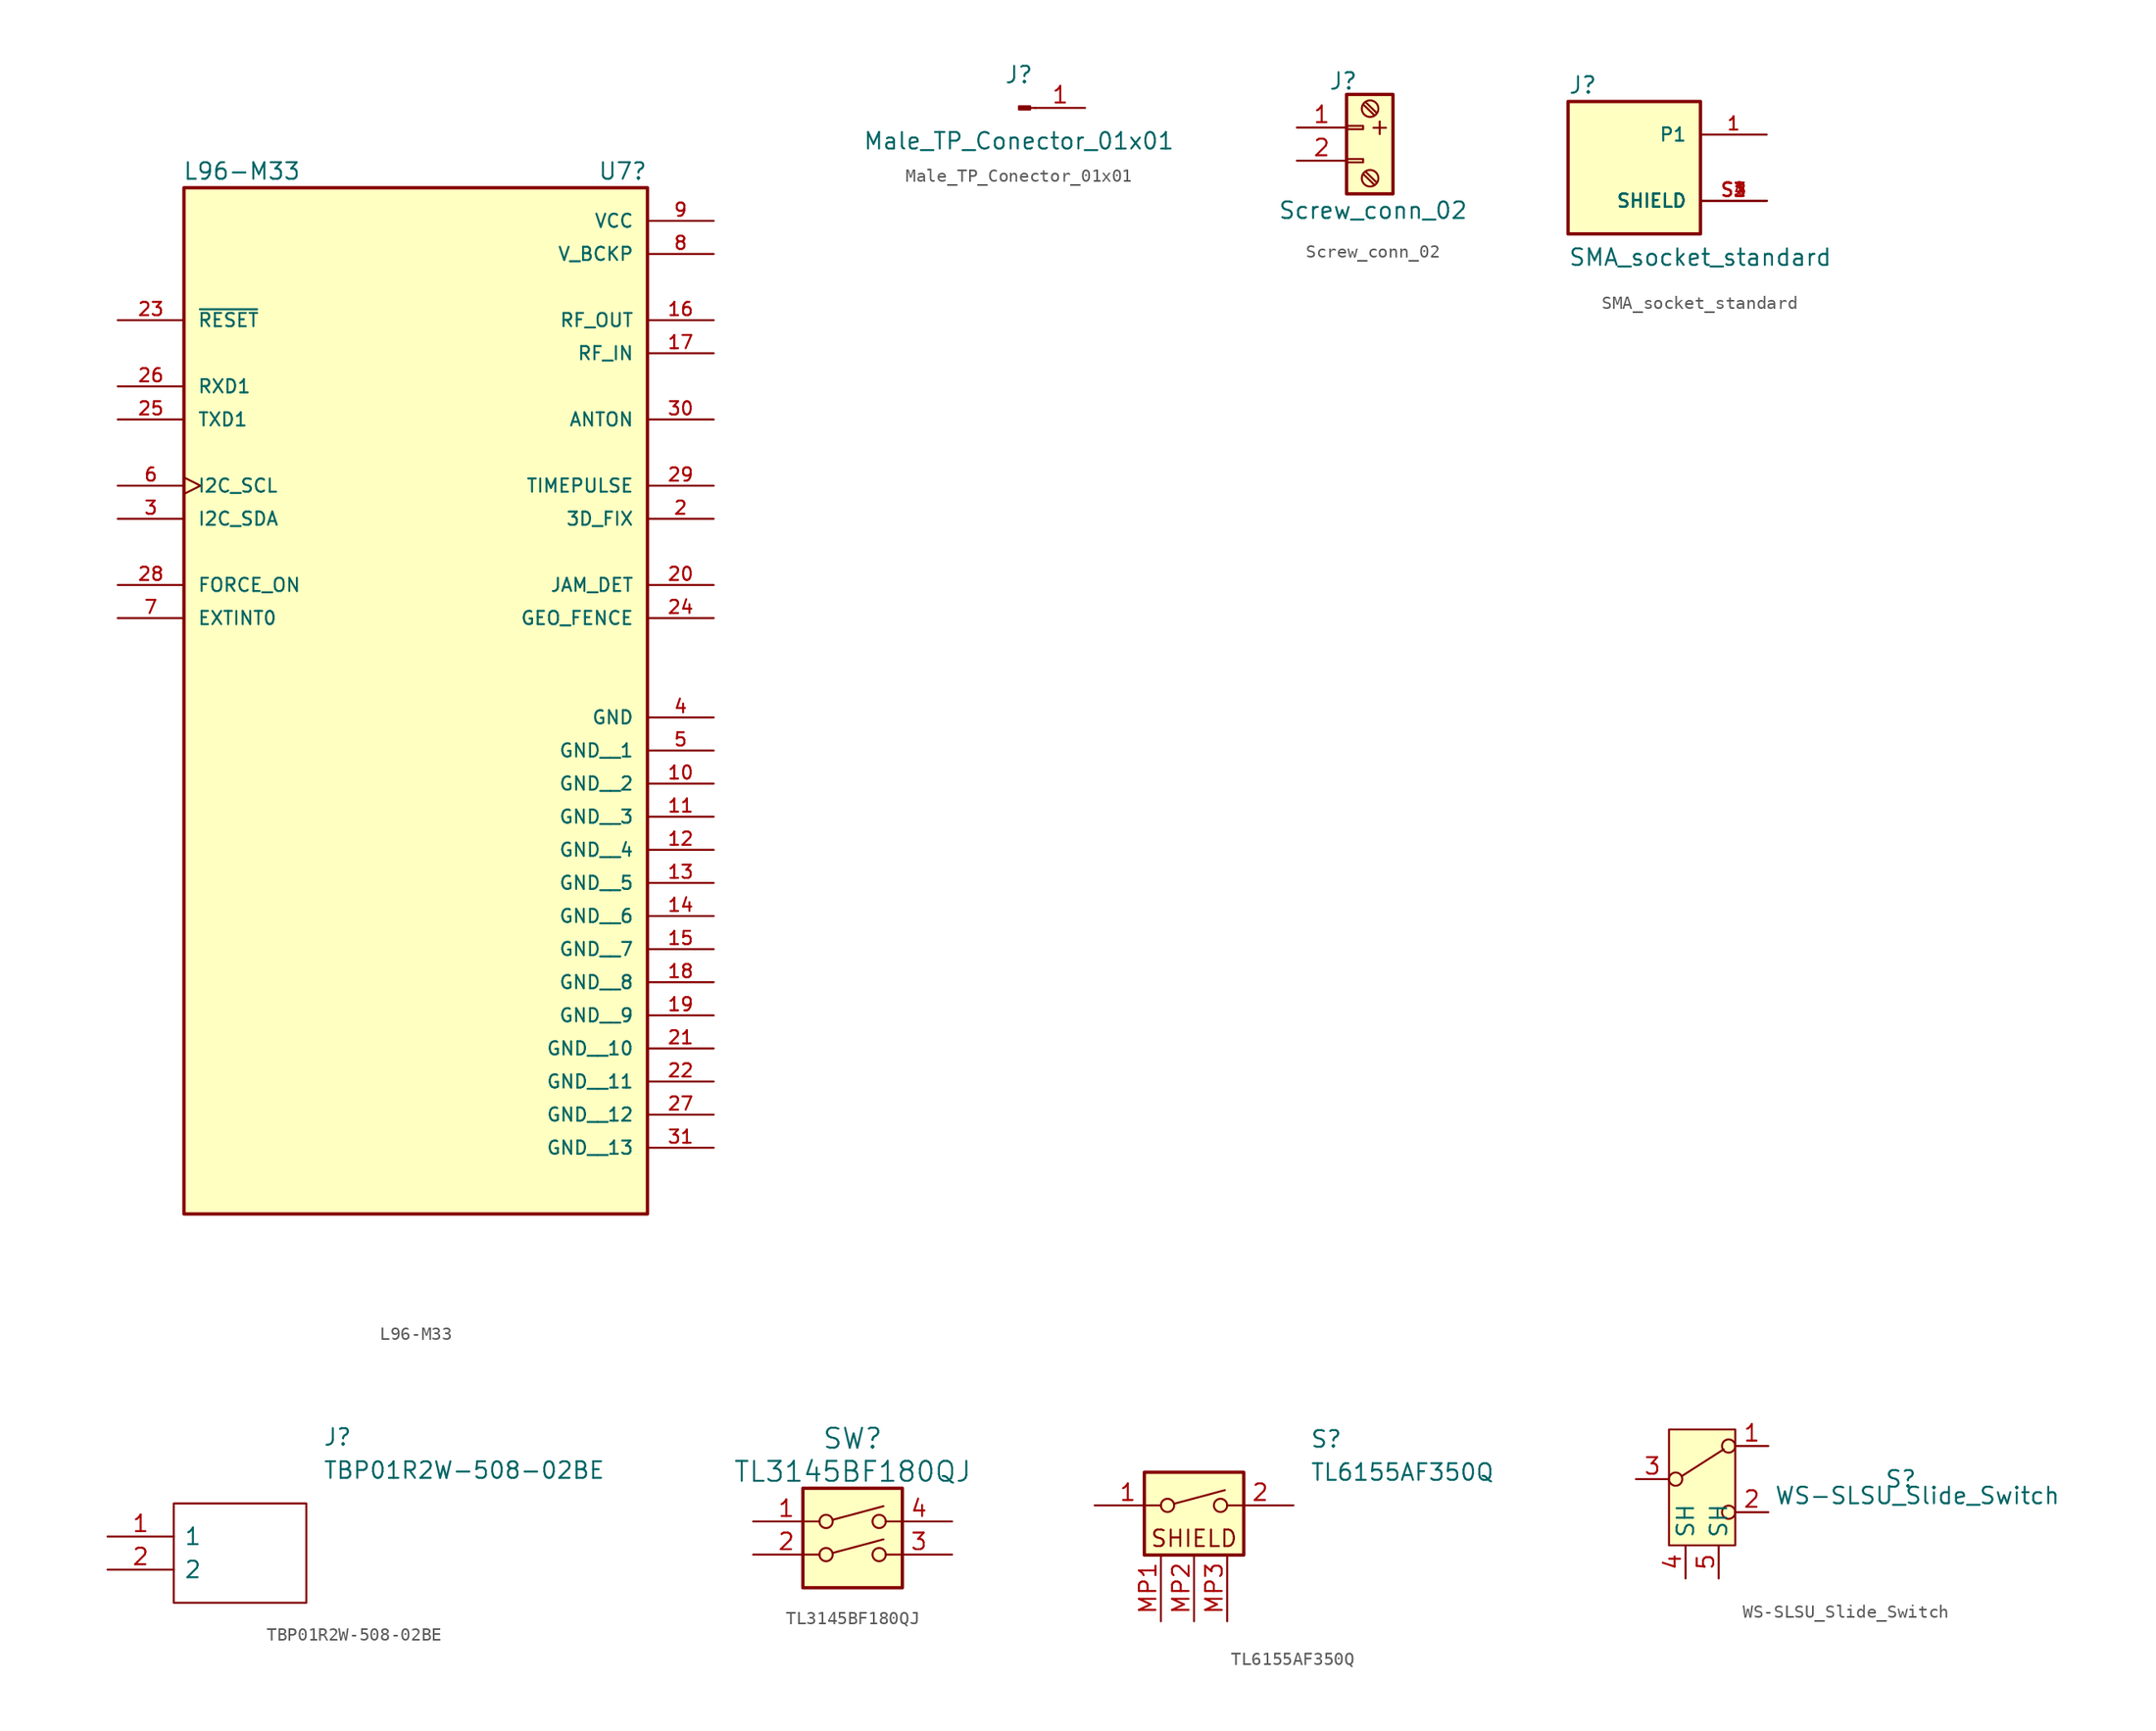
<source format=kicad_sym>
(kicad_symbol_lib
  (version 20211014)
  (generator kicad_symbol_editor)
  (symbol "L96-M33"
    (pin_names
      (offset 1.016))
    (property "Reference" "U7"
      (at 15.875 24.13 0)
      (effects (font (size 1.27 1.27))))
    (property "Value" "L96-M33"
      (at -13.335 24.13 0)
      (effects (font (size 1.27 1.27))))
    (property "ki_locked" ""
      (at 0 0 0)
      (effects (font (size 1.27 1.27))))
    (symbol "L96-M33_0_0"
      (rectangle (start -17.78 -55.88) (end 17.78 22.86) (stroke (width 0.254) (type default) (color 0 0 0 0)) (fill (type background)))
      (pin no_connect line (at 22.86 -53.34 180) (length 5.08) hide (name "" (effects (font (size 1.016 1.016)))) (number "1" (effects (font (size 1.016 1.016)))))
      (pin power_in line (at 22.86 -22.86 180) (length 5.08) (name "GND__2" (effects (font (size 1.016 1.016)))) (number "10" (effects (font (size 1.016 1.016)))))
      (pin power_in line (at 22.86 -25.4 180) (length 5.08) (name "GND__3" (effects (font (size 1.016 1.016)))) (number "11" (effects (font (size 1.016 1.016)))))
      (pin power_in line (at 22.86 -27.94 180) (length 5.08) (name "GND__4" (effects (font (size 1.016 1.016)))) (number "12" (effects (font (size 1.016 1.016)))))
      (pin power_in line (at 22.86 -30.48 180) (length 5.08) (name "GND__5" (effects (font (size 1.016 1.016)))) (number "13" (effects (font (size 1.016 1.016)))))
      (pin power_in line (at 22.86 -33.02 180) (length 5.08) (name "GND__6" (effects (font (size 1.016 1.016)))) (number "14" (effects (font (size 1.016 1.016)))))
      (pin power_in line (at 22.86 -35.56 180) (length 5.08) (name "GND__7" (effects (font (size 1.016 1.016)))) (number "15" (effects (font (size 1.016 1.016)))))
      (pin output line (at 22.86 12.7 180) (length 5.08) (name "RF_OUT" (effects (font (size 1.016 1.016)))) (number "16" (effects (font (size 1.016 1.016)))))
      (pin input line (at 22.86 10.16 180) (length 5.08) (name "RF_IN" (effects (font (size 1.016 1.016)))) (number "17" (effects (font (size 1.016 1.016)))))
      (pin power_in line (at 22.86 -38.1 180) (length 5.08) (name "GND__8" (effects (font (size 1.016 1.016)))) (number "18" (effects (font (size 1.016 1.016)))))
      (pin power_in line (at 22.86 -40.64 180) (length 5.08) (name "GND__9" (effects (font (size 1.016 1.016)))) (number "19" (effects (font (size 1.016 1.016)))))
      (pin output line (at 22.86 -2.54 180) (length 5.08) (name "3D_FIX" (effects (font (size 1.016 1.016)))) (number "2" (effects (font (size 1.016 1.016)))))
      (pin output line (at 22.86 -7.62 180) (length 5.08) (name "JAM_DET" (effects (font (size 1.016 1.016)))) (number "20" (effects (font (size 1.016 1.016)))))
      (pin power_in line (at 22.86 -43.18 180) (length 5.08) (name "GND__10" (effects (font (size 1.016 1.016)))) (number "21" (effects (font (size 1.016 1.016)))))
      (pin power_in line (at 22.86 -45.72 180) (length 5.08) (name "GND__11" (effects (font (size 1.016 1.016)))) (number "22" (effects (font (size 1.016 1.016)))))
      (pin input line (at -22.86 12.7 0) (length 5.08) (name "~{RESET}" (effects (font (size 1.016 1.016)))) (number "23" (effects (font (size 1.016 1.016)))))
      (pin output line (at 22.86 -10.16 180) (length 5.08) (name "GEO_FENCE" (effects (font (size 1.016 1.016)))) (number "24" (effects (font (size 1.016 1.016)))))
      (pin output line (at -22.86 5.08 0) (length 5.08) (name "TXD1" (effects (font (size 1.016 1.016)))) (number "25" (effects (font (size 1.016 1.016)))))
      (pin input line (at -22.86 7.62 0) (length 5.08) (name "RXD1" (effects (font (size 1.016 1.016)))) (number "26" (effects (font (size 1.016 1.016)))))
      (pin power_in line (at 22.86 -48.26 180) (length 5.08) (name "GND__12" (effects (font (size 1.016 1.016)))) (number "27" (effects (font (size 1.016 1.016)))))
      (pin input line (at -22.86 -7.62 0) (length 5.08) (name "FORCE_ON" (effects (font (size 1.016 1.016)))) (number "28" (effects (font (size 1.016 1.016)))))
      (pin output line (at 22.86 0 180) (length 5.08) (name "TIMEPULSE" (effects (font (size 1.016 1.016)))) (number "29" (effects (font (size 1.016 1.016)))))
      (pin bidirectional line (at -22.86 -2.54 0) (length 5.08) (name "I2C_SDA" (effects (font (size 1.016 1.016)))) (number "3" (effects (font (size 1.016 1.016)))))
      (pin output line (at 22.86 5.08 180) (length 5.08) (name "ANTON" (effects (font (size 1.016 1.016)))) (number "30" (effects (font (size 1.016 1.016)))))
      (pin power_in line (at 22.86 -50.8 180) (length 5.08) (name "GND__13" (effects (font (size 1.016 1.016)))) (number "31" (effects (font (size 1.016 1.016)))))
      (pin power_in line (at 22.86 -17.78 180) (length 5.08) (name "GND" (effects (font (size 1.016 1.016)))) (number "4" (effects (font (size 1.016 1.016)))))
      (pin power_in line (at 22.86 -20.32 180) (length 5.08) (name "GND__1" (effects (font (size 1.016 1.016)))) (number "5" (effects (font (size 1.016 1.016)))))
      (pin bidirectional clock (at -22.86 0 0) (length 5.08) (name "I2C_SCL" (effects (font (size 1.016 1.016)))) (number "6" (effects (font (size 1.016 1.016)))))
      (pin input line (at -22.86 -10.16 0) (length 5.08) (name "EXTINT0" (effects (font (size 1.016 1.016)))) (number "7" (effects (font (size 1.016 1.016)))))
      (pin power_in line (at 22.86 17.78 180) (length 5.08) (name "V_BCKP" (effects (font (size 1.016 1.016)))) (number "8" (effects (font (size 1.016 1.016)))))
      (pin power_in line (at 22.86 20.32 180) (length 5.08) (name "VCC" (effects (font (size 1.016 1.016)))) (number "9" (effects (font (size 1.016 1.016)))))))
  (symbol "Male_TP_Conector_01x01"
    (pin_names
      (offset 1.016) hide)
    (property "Reference" "J"
      (at 0 2.54 0)
      (effects (font (size 1.27 1.27))))
    (property "Value" "Male_TP_Conector_01x01"
      (at 0 -2.54 0)
      (effects (font (size 1.27 1.27))))
    (symbol "Male_TP_Conector_01x01_1_1"
      (polyline (pts (xy 1.27 0) (xy 0.864 0)) (stroke (width 0.152) (type default) (color 0 0 0 0)) (fill (type none)))
      (rectangle (start 0.864 0.127) (end 0 -0.127) (stroke (width 0.152) (type default) (color 0 0 0 0)) (fill (type outline)))
      (pin passive line (at 5.08 0 180) (length 3.81) (name "Pin_1" (effects (font (size 1.27 1.27)))) (number "1" (effects (font (size 1.27 1.27)))))))
  (symbol "Screw_conn_02"
    (property "Reference" "J"
      (at -1.524 4.826 0)
      (effects (font (size 1.27 1.27))))
    (property "Value" "Screw_conn_02"
      (at 0.762 -5.08 0)
      (effects (font (size 1.27 1.27))))
    (symbol "Screw_conn_02_0_0"
      (text "+" (at 1.27 1.35 0) (effects (font (size 1.27 1.27)))))
    (symbol "Screw_conn_02_1_1"
      (rectangle (start -1.27 -1.143) (end 0 -1.397) (stroke (width 0.152) (type default) (color 0 0 0 0)) (fill (type none)))
      (rectangle (start -1.27 1.397) (end 0 1.143) (stroke (width 0.152) (type default) (color 0 0 0 0)) (fill (type none)))
      (rectangle (start -1.27 3.81) (end 2.286 -3.81) (stroke (width 0.254) (type default) (color 0 0 0 0)) (fill (type background)))
      (polyline (pts (xy 0 -2.286) (xy 0.864 -3.124)) (stroke (width 0.152) (type default) (color 0 0 0 0)) (fill (type none)))
      (polyline (pts (xy 0 3.048) (xy 0.864 2.21)) (stroke (width 0.152) (type default) (color 0 0 0 0)) (fill (type none)))
      (polyline (pts (xy 0.178 -2.108) (xy 1.041 -2.946)) (stroke (width 0.152) (type default) (color 0 0 0 0)) (fill (type none)))
      (polyline (pts (xy 0.178 3.226) (xy 1.041 2.388)) (stroke (width 0.152) (type default) (color 0 0 0 0)) (fill (type none)))
      (circle (center 0.533 -2.616) (radius 0.635) (stroke (width 0.152) (type default) (color 0 0 0 0)) (fill (type none)))
      (circle (center 0.533 2.718) (radius 0.635) (stroke (width 0.152) (type default) (color 0 0 0 0)) (fill (type none)))
      (pin passive line (at -5.08 1.27 0) (length 3.81) (name "~" (effects (font (size 1.27 1.27)))) (number "1" (effects (font (size 1.27 1.27)))))
      (pin passive line (at -5.08 -1.27 0) (length 3.81) (name "~" (effects (font (size 1.27 1.27)))) (number "2" (effects (font (size 1.27 1.27)))))))
  (symbol "SMA_socket_standard"
    (pin_names
      (offset 1.016))
    (property "Reference" "J"
      (at -5.08 5.588 0)
      (effects (font (size 1.27 1.27)) (justify left bottom)))
    (property "Value" "SMA_socket_standard"
      (at -5.08 -7.62 0)
      (effects (font (size 1.27 1.27)) (justify left bottom)))
    (property "ki_locked" ""
      (at 0 0 0)
      (effects (font (size 1.27 1.27))))
    (symbol "SMA_socket_standard_0_0"
      (rectangle (start -5.08 -5.08) (end 5.08 5.08) (stroke (width 0.254) (type default) (color 0 0 0 0)) (fill (type background)))
      (pin passive line (at 10.16 2.54 180) (length 5.08) (name "P1" (effects (font (size 1.016 1.016)))) (number "1" (effects (font (size 1.016 1.016)))))
      (pin passive line (at 10.16 -2.54 180) (length 5.08) (name "SHIELD" (effects (font (size 1.016 1.016)))) (number "S1" (effects (font (size 1.016 1.016)))))
      (pin passive line (at 10.16 -2.54 180) (length 5.08) (name "SHIELD" (effects (font (size 1.016 1.016)))) (number "S2" (effects (font (size 1.016 1.016)))))
      (pin passive line (at 10.16 -2.54 180) (length 5.08) (name "SHIELD" (effects (font (size 1.016 1.016)))) (number "S3" (effects (font (size 1.016 1.016)))))
      (pin passive line (at 10.16 -2.54 180) (length 5.08) (name "SHIELD" (effects (font (size 1.016 1.016)))) (number "S4" (effects (font (size 1.016 1.016)))))))
  (symbol "TBP01R2W-508-02BE"
    (pin_names
      (offset 0.762))
    (property "Reference" "J"
      (at 16.51 7.62 0)
      (effects (font (size 1.27 1.27)) (justify left)))
    (property "Value" "TBP01R2W-508-02BE"
      (at 16.51 5.08 0)
      (effects (font (size 1.27 1.27)) (justify left)))
    (symbol "TBP01R2W-508-02BE_0_0"
      (pin passive line (at 0 0 0) (length 5.08) (name "1" (effects (font (size 1.27 1.27)))) (number "1" (effects (font (size 1.27 1.27)))))
      (pin passive line (at 0 -2.54 0) (length 5.08) (name "2" (effects (font (size 1.27 1.27)))) (number "2" (effects (font (size 1.27 1.27))))))
    (symbol "TBP01R2W-508-02BE_0_1"
      (polyline (pts (xy 5.08 2.54) (xy 15.24 2.54) (xy 15.24 -5.08) (xy 5.08 -5.08) (xy 5.08 2.54)) (stroke (width 0.152) (type default) (color 0 0 0 0)) (fill (type none)))))
  (symbol "TL3145BF180QJ"
    (pin_names
      (offset 0.254) hide)
    (property "Reference" "SW"
      (at 0 7.62 0)
      (effects (font (size 1.524 1.524))))
    (property "Value" "TL3145BF180QJ"
      (at 0 5.08 0)
      (effects (font (size 1.524 1.524))))
    (property "Datasheet" ""
      (at 0 0 0)
      (effects (font (size 1.524 1.524))))
    (property "ki_locked" ""
      (at 0 0 0)
      (effects (font (size 1.27 1.27))))
    (symbol "TL3145BF180QJ_0_0"
      (circle (center -2.032 -1.27) (radius 0.508) (stroke (width 0) (type default) (color 0 0 0 0)) (fill (type none)))
      (circle (center -2.032 1.27) (radius 0.508) (stroke (width 0) (type default) (color 0 0 0 0)) (fill (type none)))
      (polyline (pts (xy -1.524 -1.143) (xy 2.362 -0.102)) (stroke (width 0) (type default) (color 0 0 0 0)) (fill (type none)))
      (polyline (pts (xy -1.524 1.397) (xy 2.362 2.438)) (stroke (width 0) (type default) (color 0 0 0 0)) (fill (type none)))
      (circle (center 2.032 -1.27) (radius 0.508) (stroke (width 0) (type default) (color 0 0 0 0)) (fill (type none)))
      (circle (center 2.032 1.27) (radius 0.508) (stroke (width 0) (type default) (color 0 0 0 0)) (fill (type none))))
    (symbol "TL3145BF180QJ_0_1"
      (rectangle (start -3.81 3.81) (end 3.81 -3.81) (stroke (width 0.254) (type default) (color 0 0 0 0)) (fill (type background))))
    (symbol "TL3145BF180QJ_1_1"
      (pin passive line (at -7.62 1.27 0) (length 5.08) (name "~" (effects (font (size 1.27 1.27)))) (number "1" (effects (font (size 1.27 1.27)))))
      (pin passive line (at -7.62 -1.27 0) (length 5.08) (name "~" (effects (font (size 1.27 1.27)))) (number "2" (effects (font (size 1.27 1.27)))))
      (pin passive line (at 7.62 -1.27 180) (length 5.08) (name "~" (effects (font (size 1.27 1.27)))) (number "3" (effects (font (size 1.27 1.27)))))
      (pin passive line (at 7.62 1.27 180) (length 5.08) (name "~" (effects (font (size 1.27 1.27)))) (number "4" (effects (font (size 1.27 1.27)))))))
  (symbol "TL6155AF350Q"
    (pin_names
      (offset 0.762))
    (property "Reference" "S"
      (at 8.89 6.35 0)
      (effects (font (size 1.27 1.27)) (justify left)))
    (property "Value" "TL6155AF350Q"
      (at 8.89 3.81 0)
      (effects (font (size 1.27 1.27)) (justify left)))
    (symbol "TL6155AF350Q_0_0"
      (circle (center -2.032 1.27) (radius 0.508) (stroke (width 0) (type default) (color 0 0 0 0)) (fill (type none)))
      (polyline (pts (xy -1.524 1.397) (xy 2.362 2.438)) (stroke (width 0) (type default) (color 0 0 0 0)) (fill (type none)))
      (circle (center 2.032 1.27) (radius 0.508) (stroke (width 0) (type default) (color 0 0 0 0)) (fill (type none)))
      (text "SHIELD" (at 0 -1.27 0) (effects (font (size 1.27 1.27))))
      (pin passive line (at -2.54 -7.62 90) (length 5.08) (name "~" (effects (font (size 1.27 1.27)))) (number "MP1" (effects (font (size 1.27 1.27)))))
      (pin passive line (at 0 -7.62 90) (length 5.08) (name "~" (effects (font (size 1.27 1.27)))) (number "MP2" (effects (font (size 1.27 1.27)))))
      (pin passive line (at 2.54 -7.62 90) (length 5.08) (name "~" (effects (font (size 1.27 1.27)))) (number "MP3" (effects (font (size 1.27 1.27))))))
    (symbol "TL6155AF350Q_0_1"
      (rectangle (start -3.81 3.81) (end 3.81 -2.54) (stroke (width 0.254) (type default) (color 0 0 0 0)) (fill (type background))))
    (symbol "TL6155AF350Q_1_1"
      (pin passive line (at -7.62 1.27 0) (length 5.08) (name "~" (effects (font (size 1.27 1.27)))) (number "1" (effects (font (size 1.27 1.27)))))
      (pin passive line (at 7.62 1.27 180) (length 5.08) (name "~" (effects (font (size 1.27 1.27)))) (number "2" (effects (font (size 1.27 1.27)))))))
  (symbol "WS-SLSU_Slide_Switch"
    (property "Reference" "S"
      (at 15.24 0 0)
      (effects (font (size 1.27 1.27))))
    (property "Value" "WS-SLSU_Slide_Switch"
      (at 16.51 -1.27 0)
      (effects (font (size 1.27 1.27))))
    (symbol "WS-SLSU_Slide_Switch_0_0"
      (circle (center -2.032 0) (radius 0.508) (stroke (width 0) (type default) (color 0 0 0 0)) (fill (type none)))
      (circle (center 2.032 -2.54) (radius 0.508) (stroke (width 0) (type default) (color 0 0 0 0)) (fill (type none))))
    (symbol "WS-SLSU_Slide_Switch_0_1"
      (rectangle (start -2.54 3.81) (end 2.54 -5.08) (stroke (width 0) (type default) (color 0 0 0 0)) (fill (type background)))
      (polyline (pts (xy -1.524 0.254) (xy 1.651 2.286)) (stroke (width 0) (type default) (color 0 0 0 0)) (fill (type none)))
      (circle (center 2.032 2.54) (radius 0.508) (stroke (width 0) (type default) (color 0 0 0 0)) (fill (type none))))
    (symbol "WS-SLSU_Slide_Switch_1_1"
      (pin passive line (at 5.08 2.54 180) (length 2.54) (name "~" (effects (font (size 1.27 1.27)))) (number "1" (effects (font (size 1.27 1.27)))))
      (pin passive line (at 5.08 -2.54 180) (length 2.54) (name "~" (effects (font (size 1.27 1.27)))) (number "2" (effects (font (size 1.27 1.27)))))
      (pin passive line (at -5.08 0 0) (length 2.54) (name "~" (effects (font (size 1.27 1.27)))) (number "3" (effects (font (size 1.27 1.27)))))
      (pin passive line (at -1.27 -7.62 90) (length 2.54) (name "SH" (effects (font (size 1.27 1.27)))) (number "4" (effects (font (size 1.27 1.27)))))
      (pin passive line (at 1.27 -7.62 90) (length 2.54) (name "SH" (effects (font (size 1.27 1.27)))) (number "5" (effects (font (size 1.27 1.27))))))))
</source>
